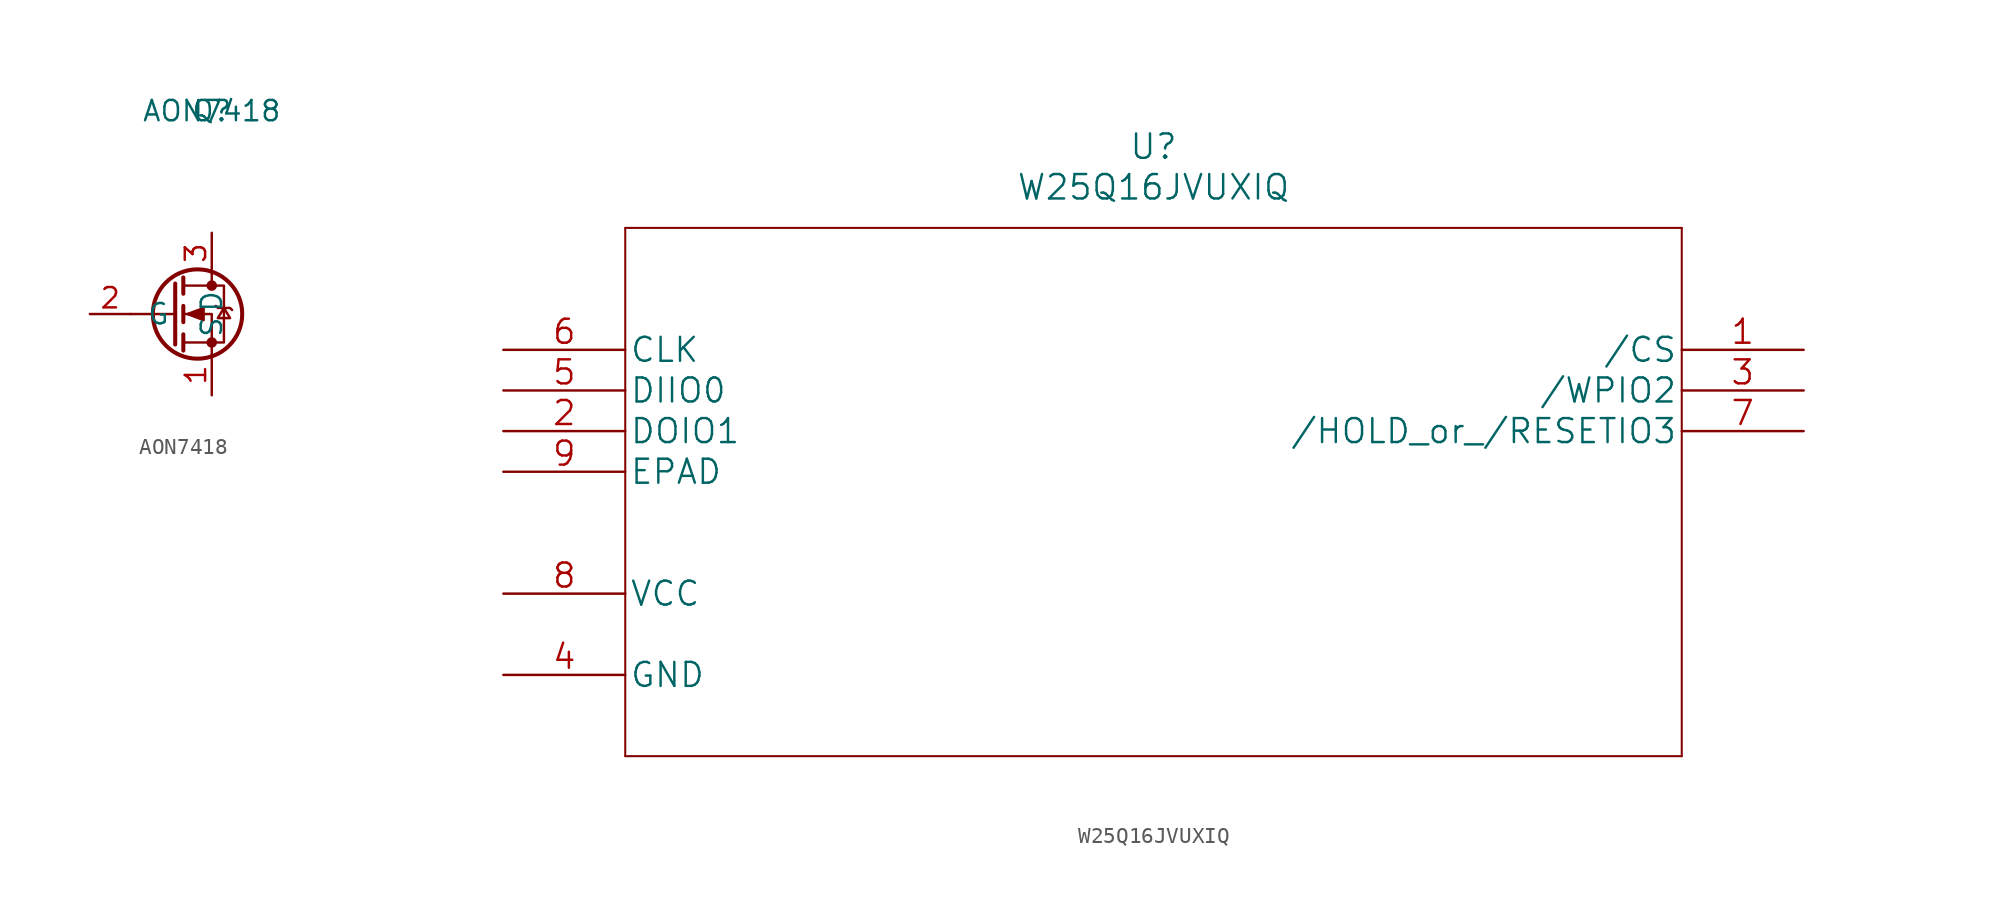
<source format=kicad_sym>
(kicad_symbol_lib
  (version 20220101)
  (generator kicad_symbol_editor)
  (symbol "AON7418"
    (pin_names
      (offset 1.016))
    (property "Reference" "Q"
      (at 0 0 0)
      (effects (font (size 1.27 1.27))))
    (property "Value" "AON7418"
      (at 0 0 0)
      (effects (font (size 1.27 1.27))))
    (symbol "AON7418_1_1"
      (circle (center -0.889 -12.7) (radius 2.794) (stroke (width 0.254) (type default)) (fill (type none)))
      (circle (center 0 -14.478) (radius 0.254) (stroke (width 0) (type default)) (fill (type outline)))
      (circle (center 0 -10.922) (radius 0.254) (stroke (width 0) (type default)) (fill (type outline)))
      (polyline (pts (xy -2.286 -12.7) (xy -5.08 -12.7)) (stroke (width 0) (type default)) (fill (type none)))
      (polyline (pts (xy -2.286 -10.795) (xy -2.286 -14.605)) (stroke (width 0.254) (type default)) (fill (type none)))
      (polyline (pts (xy -1.778 -13.97) (xy -1.778 -14.986)) (stroke (width 0.254) (type default)) (fill (type none)))
      (polyline (pts (xy -1.778 -12.192) (xy -1.778 -13.208)) (stroke (width 0.254) (type default)) (fill (type none)))
      (polyline (pts (xy -1.778 -10.414) (xy -1.778 -11.43)) (stroke (width 0.254) (type default)) (fill (type none)))
      (polyline (pts (xy 0 -10.16) (xy 0 -10.922)) (stroke (width 0) (type default)) (fill (type none)))
      (polyline (pts (xy 0 -15.24) (xy 0 -12.7) (xy -1.778 -12.7)) (stroke (width 0) (type default)) (fill (type none)))
      (polyline (pts (xy -1.778 -14.478) (xy 0.762 -14.478) (xy 0.762 -10.922) (xy -1.778 -10.922)) (stroke (width 0) (type default)) (fill (type none)))
      (polyline (pts (xy -1.524 -12.7) (xy -0.508 -12.319) (xy -0.508 -13.081) (xy -1.524 -12.7)) (stroke (width 0) (type default)) (fill (type outline)))
      (polyline (pts (xy 0.254 -12.192) (xy 0.381 -12.319) (xy 1.143 -12.319) (xy 1.27 -12.446)) (stroke (width 0) (type default)) (fill (type none)))
      (polyline (pts (xy 0.762 -12.319) (xy 0.381 -12.954) (xy 1.143 -12.954) (xy 0.762 -12.319)) (stroke (width 0) (type default)) (fill (type none)))
      (pin passive line (at 0 -17.78 90) (length 2.54) (name "S" (effects (font (size 1.27 1.27)))) (number "1" (effects (font (size 1.27 1.27)))))
      (pin input line (at -7.62 -12.7 0) (length 2.54) (name "G" (effects (font (size 1.27 1.27)))) (number "2" (effects (font (size 1.27 1.27)))))
      (pin passive line (at 0 -7.62 270) (length 2.54) (name "D" (effects (font (size 1.27 1.27)))) (number "3" (effects (font (size 1.27 1.27)))))))
  (symbol "W25Q16JVUXIQ"
    (pin_names
      (offset 0.254))
    (property "Reference" "U"
      (at 40.64 12.7 0)
      (effects (font (size 1.524 1.524))))
    (property "Value" "W25Q16JVUXIQ"
      (at 40.64 10.16 0)
      (effects (font (size 1.524 1.524))))
    (property "Datasheet" ""
      (at 0 0 0)
      (effects (font (size 1.524 1.524))))
    (property "ki_locked" ""
      (at 0 0 0)
      (effects (font (size 1.27 1.27))))
    (symbol "W25Q16JVUXIQ_1_1"
      (polyline (pts (xy 7.62 -25.4) (xy 73.66 -25.4)) (stroke (width 0.127) (type default)) (fill (type none)))
      (polyline (pts (xy 7.62 7.62) (xy 7.62 -25.4)) (stroke (width 0.127) (type default)) (fill (type none)))
      (polyline (pts (xy 73.66 -25.4) (xy 73.66 7.62)) (stroke (width 0.127) (type default)) (fill (type none)))
      (polyline (pts (xy 73.66 7.62) (xy 7.62 7.62)) (stroke (width 0.127) (type default)) (fill (type none)))
      (pin unspecified line (at 81.28 0 180) (length 7.62) (name "/CS" (effects (font (size 1.499 1.499)))) (number "1" (effects (font (size 1.499 1.499)))))
      (pin unspecified line (at 0 -5.08 0) (length 7.62) (name "DOIO1" (effects (font (size 1.499 1.499)))) (number "2" (effects (font (size 1.499 1.499)))))
      (pin unspecified line (at 81.28 -2.54 180) (length 7.62) (name "/WPIO2" (effects (font (size 1.499 1.499)))) (number "3" (effects (font (size 1.499 1.499)))))
      (pin unspecified line (at 0 -20.32 0) (length 7.62) (name "GND" (effects (font (size 1.499 1.499)))) (number "4" (effects (font (size 1.499 1.499)))))
      (pin unspecified line (at 0 -2.54 0) (length 7.62) (name "DIIO0" (effects (font (size 1.499 1.499)))) (number "5" (effects (font (size 1.499 1.499)))))
      (pin unspecified line (at 0 0 0) (length 7.62) (name "CLK" (effects (font (size 1.499 1.499)))) (number "6" (effects (font (size 1.499 1.499)))))
      (pin unspecified line (at 81.28 -5.08 180) (length 7.62) (name "/HOLD_or_/RESETIO3" (effects (font (size 1.499 1.499)))) (number "7" (effects (font (size 1.499 1.499)))))
      (pin unspecified line (at 0 -15.24 0) (length 7.62) (name "VCC" (effects (font (size 1.499 1.499)))) (number "8" (effects (font (size 1.499 1.499)))))
      (pin unspecified line (at 0 -7.62 0) (length 7.62) (name "EPAD" (effects (font (size 1.499 1.499)))) (number "9" (effects (font (size 1.499 1.499))))))))
</source>
